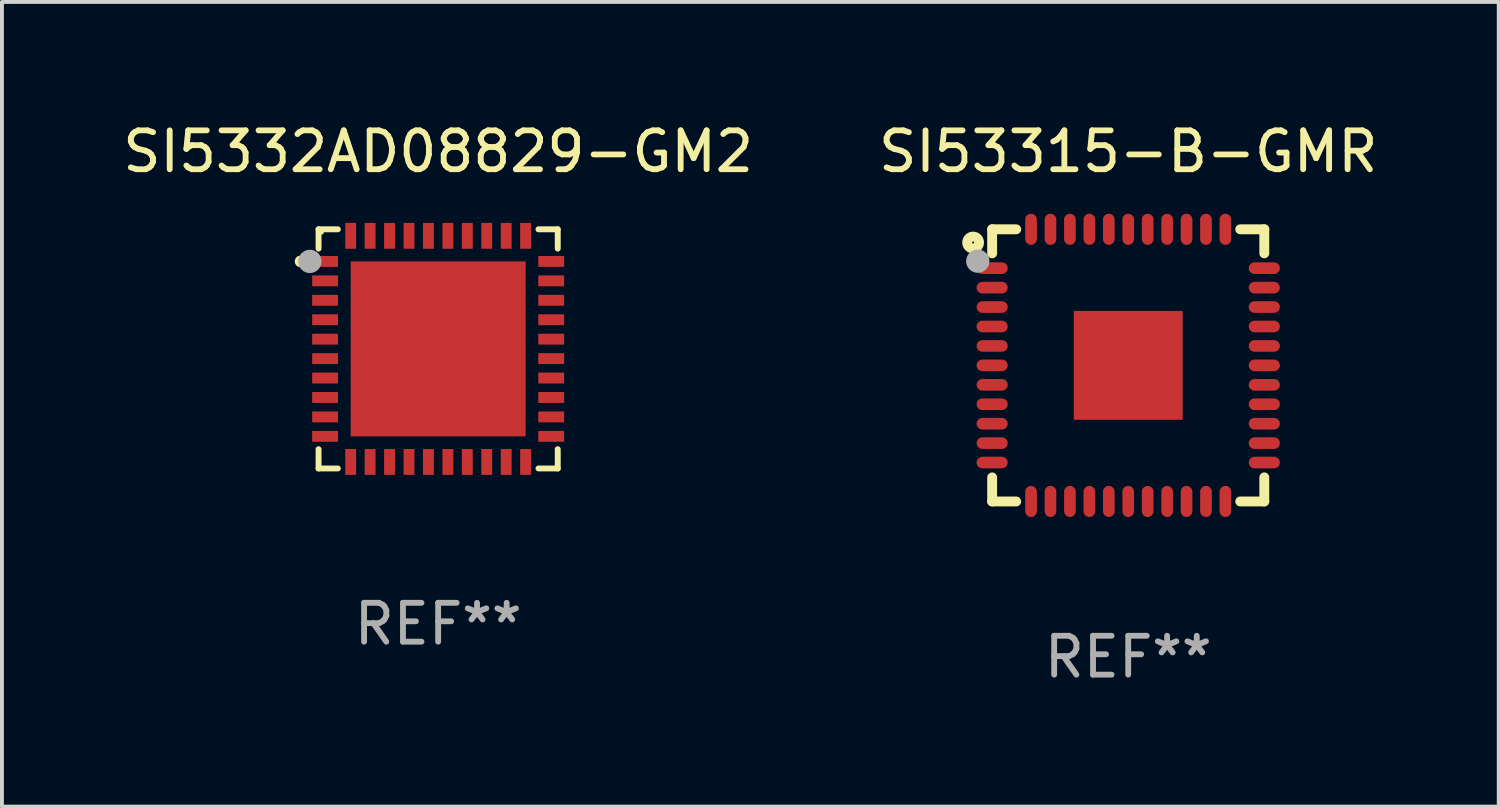
<source format=kicad_pcb>
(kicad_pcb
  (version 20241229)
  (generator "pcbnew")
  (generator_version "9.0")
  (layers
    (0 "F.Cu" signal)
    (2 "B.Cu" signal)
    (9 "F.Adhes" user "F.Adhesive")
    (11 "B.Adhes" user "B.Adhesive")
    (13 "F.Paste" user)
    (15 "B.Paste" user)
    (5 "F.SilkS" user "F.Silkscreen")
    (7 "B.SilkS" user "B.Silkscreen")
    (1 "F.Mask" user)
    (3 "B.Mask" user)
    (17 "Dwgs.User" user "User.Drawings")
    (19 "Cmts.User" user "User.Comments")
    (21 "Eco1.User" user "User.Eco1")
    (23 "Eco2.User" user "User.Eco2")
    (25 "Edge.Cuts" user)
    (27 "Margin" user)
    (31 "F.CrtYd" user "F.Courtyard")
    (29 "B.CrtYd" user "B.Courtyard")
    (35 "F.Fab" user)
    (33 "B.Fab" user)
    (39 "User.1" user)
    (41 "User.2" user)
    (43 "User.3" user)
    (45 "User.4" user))
  (footprint "SI5332AD08829-GM2"
    (layer "F.Cu")
    (at 8.22 5.924)
    (property "Reference" "SI5332AD08829-GM2" (at 0 -5.076 0) (layer "F.SilkS") (effects (font (size 1 1) (thickness 0.15))))
    (attr through_hole)
    (fp_line (start -3.076 -3.076) (end -3.076 -2.58) (stroke (width 0.152) (type solid)) (layer "F.SilkS"))
    (fp_line (start -3.076 3.076) (end -3.076 2.58) (stroke (width 0.152) (type solid)) (layer "F.SilkS"))
    (fp_line (start -2.58 -3.076) (end -3.076 -3.076) (stroke (width 0.152) (type solid)) (layer "F.SilkS"))
    (fp_line (start -2.58 3.076) (end -3.076 3.076) (stroke (width 0.152) (type solid)) (layer "F.SilkS"))
    (fp_line (start 2.58 -3.076) (end 3.076 -3.076) (stroke (width 0.152) (type solid)) (layer "F.SilkS"))
    (fp_line (start 2.58 3.076) (end 3.076 3.076) (stroke (width 0.152) (type solid)) (layer "F.SilkS"))
    (fp_line (start 3.076 -3.076) (end 3.076 -2.58) (stroke (width 0.152) (type solid)) (layer "F.SilkS"))
    (fp_line (start 3.076 3.076) (end 3.076 2.58) (stroke (width 0.152) (type solid)) (layer "F.SilkS"))
    (fp_circle (center -3.54 -2.25) (end -3.465 -2.25) (stroke (width 0.15) (type solid)) (fill no) (layer "F.SilkS"))
    (fp_circle (center -3 -3) (end -2.97 -3) (stroke (width 0.06) (type solid)) (fill no) (layer "F.SilkS"))
    (fp_circle (center -3.3 -2.25) (end -3.15 -2.25) (stroke (width 0.3) (type solid)) (fill no) (layer "F.Fab"))
    (fp_text user "REF**" (at 0 7.076 0) (layer "F.Fab") (effects (font (size 1 1) (thickness 0.15))))
    (pad "1" smd rect (at -2.908 -2.25) (size 0.665 0.28) (layers "F.Cu" "F.Mask" "F.Paste"))
    (pad "2" smd rect (at -2.908 -1.75) (size 0.665 0.28) (layers "F.Cu" "F.Mask" "F.Paste"))
    (pad "3" smd rect (at -2.908 -1.25) (size 0.665 0.28) (layers "F.Cu" "F.Mask" "F.Paste"))
    (pad "4" smd rect (at -2.908 -0.75) (size 0.665 0.28) (layers "F.Cu" "F.Mask" "F.Paste"))
    (pad "5" smd rect (at -2.908 -0.25) (size 0.665 0.28) (layers "F.Cu" "F.Mask" "F.Paste"))
    (pad "6" smd rect (at -2.908 0.25) (size 0.665 0.28) (layers "F.Cu" "F.Mask" "F.Paste"))
    (pad "7" smd rect (at -2.908 0.75) (size 0.665 0.28) (layers "F.Cu" "F.Mask" "F.Paste"))
    (pad "8" smd rect (at -2.908 1.25) (size 0.665 0.28) (layers "F.Cu" "F.Mask" "F.Paste"))
    (pad "9" smd rect (at -2.908 1.75) (size 0.665 0.28) (layers "F.Cu" "F.Mask" "F.Paste"))
    (pad "10" smd rect (at -2.908 2.25) (size 0.665 0.28) (layers "F.Cu" "F.Mask" "F.Paste"))
    (pad "11" smd rect (at -2.25 2.908) (size 0.28 0.665) (layers "F.Cu" "F.Mask" "F.Paste"))
    (pad "12" smd rect (at -1.75 2.908) (size 0.28 0.665) (layers "F.Cu" "F.Mask" "F.Paste"))
    (pad "13" smd rect (at -1.25 2.908) (size 0.28 0.665) (layers "F.Cu" "F.Mask" "F.Paste"))
    (pad "14" smd rect (at -0.75 2.908) (size 0.28 0.665) (layers "F.Cu" "F.Mask" "F.Paste"))
    (pad "15" smd rect (at -0.25 2.908) (size 0.28 0.665) (layers "F.Cu" "F.Mask" "F.Paste"))
    (pad "16" smd rect (at 0.25 2.908) (size 0.28 0.665) (layers "F.Cu" "F.Mask" "F.Paste"))
    (pad "17" smd rect (at 0.75 2.908) (size 0.28 0.665) (layers "F.Cu" "F.Mask" "F.Paste"))
    (pad "18" smd rect (at 1.25 2.908) (size 0.28 0.665) (layers "F.Cu" "F.Mask" "F.Paste"))
    (pad "19" smd rect (at 1.75 2.908) (size 0.28 0.665) (layers "F.Cu" "F.Mask" "F.Paste"))
    (pad "20" smd rect (at 2.25 2.908) (size 0.28 0.665) (layers "F.Cu" "F.Mask" "F.Paste"))
    (pad "21" smd rect (at 2.908 2.25) (size 0.665 0.28) (layers "F.Cu" "F.Mask" "F.Paste"))
    (pad "22" smd rect (at 2.908 1.75) (size 0.665 0.28) (layers "F.Cu" "F.Mask" "F.Paste"))
    (pad "23" smd rect (at 2.908 1.25) (size 0.665 0.28) (layers "F.Cu" "F.Mask" "F.Paste"))
    (pad "24" smd rect (at 2.908 0.75) (size 0.665 0.28) (layers "F.Cu" "F.Mask" "F.Paste"))
    (pad "25" smd rect (at 2.908 0.25) (size 0.665 0.28) (layers "F.Cu" "F.Mask" "F.Paste"))
    (pad "26" smd rect (at 2.908 -0.25) (size 0.665 0.28) (layers "F.Cu" "F.Mask" "F.Paste"))
    (pad "27" smd rect (at 2.908 -0.75) (size 0.665 0.28) (layers "F.Cu" "F.Mask" "F.Paste"))
    (pad "28" smd rect (at 2.908 -1.25) (size 0.665 0.28) (layers "F.Cu" "F.Mask" "F.Paste"))
    (pad "29" smd rect (at 2.908 -1.75) (size 0.665 0.28) (layers "F.Cu" "F.Mask" "F.Paste"))
    (pad "30" smd rect (at 2.908 -2.25) (size 0.665 0.28) (layers "F.Cu" "F.Mask" "F.Paste"))
    (pad "31" smd rect (at 2.25 -2.908) (size 0.28 0.665) (layers "F.Cu" "F.Mask" "F.Paste"))
    (pad "32" smd rect (at 1.75 -2.908) (size 0.28 0.665) (layers "F.Cu" "F.Mask" "F.Paste"))
    (pad "33" smd rect (at 1.25 -2.908) (size 0.28 0.665) (layers "F.Cu" "F.Mask" "F.Paste"))
    (pad "34" smd rect (at 0.75 -2.908) (size 0.28 0.665) (layers "F.Cu" "F.Mask" "F.Paste"))
    (pad "35" smd rect (at 0.25 -2.908) (size 0.28 0.665) (layers "F.Cu" "F.Mask" "F.Paste"))
    (pad "36" smd rect (at -0.25 -2.908) (size 0.28 0.665) (layers "F.Cu" "F.Mask" "F.Paste"))
    (pad "37" smd rect (at -0.75 -2.908) (size 0.28 0.665) (layers "F.Cu" "F.Mask" "F.Paste"))
    (pad "38" smd rect (at -1.25 -2.908) (size 0.28 0.665) (layers "F.Cu" "F.Mask" "F.Paste"))
    (pad "39" smd rect (at -1.75 -2.908) (size 0.28 0.665) (layers "F.Cu" "F.Mask" "F.Paste"))
    (pad "40" smd rect (at -2.25 -2.908) (size 0.28 0.665) (layers "F.Cu" "F.Mask" "F.Paste"))
    (pad "41" smd rect (at 0 0) (size 4.5 4.5) (layers "F.Cu" "F.Mask" "F.Paste")))
  (footprint "SI53315-B-GMR"
    (layer "F.Cu")
    (at 25.97 6.348)
    (property "Reference" "SI53315-B-GMR" (at 0 -5.5 0) (layer "F.SilkS") (effects (font (size 1 1) (thickness 0.15))))
    (attr through_hole)
    (fp_line (start -3.5 -3.5) (end -2.881 -3.5) (stroke (width 0.254) (type solid)) (layer "F.SilkS"))
    (fp_line (start -3.5 -2.881) (end -3.5 -3.5) (stroke (width 0.254) (type solid)) (layer "F.SilkS"))
    (fp_line (start -3.5 3.5) (end -3.5 2.881) (stroke (width 0.254) (type solid)) (layer "F.SilkS"))
    (fp_line (start -2.881 3.5) (end -3.5 3.5) (stroke (width 0.254) (type solid)) (layer "F.SilkS"))
    (fp_line (start 2.881 -3.5) (end 3.5 -3.5) (stroke (width 0.254) (type solid)) (layer "F.SilkS"))
    (fp_line (start 3.5 -3.5) (end 3.5 -2.881) (stroke (width 0.254) (type solid)) (layer "F.SilkS"))
    (fp_line (start 3.5 2.881) (end 3.5 3.5) (stroke (width 0.254) (type solid)) (layer "F.SilkS"))
    (fp_line (start 3.5 3.5) (end 2.881 3.5) (stroke (width 0.254) (type solid)) (layer "F.SilkS"))
    (fp_circle (center -3.99 -3.16) (end -3.837 -3.16) (stroke (width 0.254) (type solid)) (fill no) (layer "F.SilkS"))
    (fp_circle (center -3.5 -3.5) (end -3.47 -3.5) (stroke (width 0.06) (type solid)) (fill no) (layer "F.SilkS"))
    (fp_circle (center -3.87 -2.68) (end -3.72 -2.68) (stroke (width 0.3) (type solid)) (fill no) (layer "F.Fab"))
    (fp_text user "REF**" (at 0 7.5 0) (layer "F.Fab") (effects (font (size 1 1) (thickness 0.15))))
    (pad "1" smd oval (at -3.5 -2.5) (size 0.8 0.3) (layers "F.Cu" "F.Mask" "F.Paste"))
    (pad "2" smd oval (at -3.5 -2) (size 0.8 0.3) (layers "F.Cu" "F.Mask" "F.Paste"))
    (pad "3" smd oval (at -3.5 -1.5) (size 0.8 0.3) (layers "F.Cu" "F.Mask" "F.Paste"))
    (pad "4" smd oval (at -3.5 -1) (size 0.8 0.3) (layers "F.Cu" "F.Mask" "F.Paste"))
    (pad "5" smd oval (at -3.5 -0.5) (size 0.8 0.3) (layers "F.Cu" "F.Mask" "F.Paste"))
    (pad "6" smd oval (at -3.5 -0.00014) (size 0.8 0.3) (layers "F.Cu" "F.Mask" "F.Paste"))
    (pad "7" smd oval (at -3.5 0.5) (size 0.8 0.3) (layers "F.Cu" "F.Mask" "F.Paste"))
    (pad "8" smd oval (at -3.5 1) (size 0.8 0.3) (layers "F.Cu" "F.Mask" "F.Paste"))
    (pad "9" smd oval (at -3.5 1.5) (size 0.8 0.3) (layers "F.Cu" "F.Mask" "F.Paste"))
    (pad "10" smd oval (at -3.5 2) (size 0.8 0.3) (layers "F.Cu" "F.Mask" "F.Paste"))
    (pad "11" smd oval (at -3.5 2.5) (size 0.8 0.3) (layers "F.Cu" "F.Mask" "F.Paste"))
    (pad "12" smd oval (at -2.5 3.5) (size 0.3 0.8) (layers "F.Cu" "F.Mask" "F.Paste"))
    (pad "13" smd oval (at -2 3.5) (size 0.3 0.8) (layers "F.Cu" "F.Mask" "F.Paste"))
    (pad "14" smd oval (at -1.5 3.5) (size 0.3 0.8) (layers "F.Cu" "F.Mask" "F.Paste"))
    (pad "15" smd oval (at -1 3.5) (size 0.3 0.8) (layers "F.Cu" "F.Mask" "F.Paste"))
    (pad "16" smd oval (at -0.5 3.5) (size 0.3 0.8) (layers "F.Cu" "F.Mask" "F.Paste"))
    (pad "17" smd oval (at -0.000127 3.5) (size 0.3 0.8) (layers "F.Cu" "F.Mask" "F.Paste"))
    (pad "18" smd oval (at 0.5 3.5) (size 0.3 0.8) (layers "F.Cu" "F.Mask" "F.Paste"))
    (pad "19" smd oval (at 1 3.5) (size 0.3 0.8) (layers "F.Cu" "F.Mask" "F.Paste"))
    (pad "20" smd oval (at 1.5 3.5) (size 0.3 0.8) (layers "F.Cu" "F.Mask" "F.Paste"))
    (pad "21" smd oval (at 2 3.5) (size 0.3 0.8) (layers "F.Cu" "F.Mask" "F.Paste"))
    (pad "22" smd oval (at 2.5 3.5) (size 0.3 0.8) (layers "F.Cu" "F.Mask" "F.Paste"))
    (pad "23" smd oval (at 3.5 2.5) (size 0.8 0.3) (layers "F.Cu" "F.Mask" "F.Paste"))
    (pad "24" smd oval (at 3.5 2) (size 0.8 0.3) (layers "F.Cu" "F.Mask" "F.Paste"))
    (pad "25" smd oval (at 3.5 1.5) (size 0.8 0.3) (layers "F.Cu" "F.Mask" "F.Paste"))
    (pad "26" smd oval (at 3.5 1) (size 0.8 0.3) (layers "F.Cu" "F.Mask" "F.Paste"))
    (pad "27" smd oval (at 3.5 0.5) (size 0.8 0.3) (layers "F.Cu" "F.Mask" "F.Paste"))
    (pad "28" smd oval (at 3.5 -0.00014) (size 0.8 0.3) (layers "F.Cu" "F.Mask" "F.Paste"))
    (pad "29" smd oval (at 3.5 -0.5) (size 0.8 0.3) (layers "F.Cu" "F.Mask" "F.Paste"))
    (pad "30" smd oval (at 3.5 -1) (size 0.8 0.3) (layers "F.Cu" "F.Mask" "F.Paste"))
    (pad "31" smd oval (at 3.5 -1.5) (size 0.8 0.3) (layers "F.Cu" "F.Mask" "F.Paste"))
    (pad "32" smd oval (at 3.5 -2) (size 0.8 0.3) (layers "F.Cu" "F.Mask" "F.Paste"))
    (pad "33" smd oval (at 3.5 -2.5) (size 0.8 0.3) (layers "F.Cu" "F.Mask" "F.Paste"))
    (pad "34" smd oval (at 2.5 -3.5) (size 0.3 0.8) (layers "F.Cu" "F.Mask" "F.Paste"))
    (pad "35" smd oval (at 2 -3.5) (size 0.3 0.8) (layers "F.Cu" "F.Mask" "F.Paste"))
    (pad "36" smd oval (at 1.5 -3.5) (size 0.3 0.8) (layers "F.Cu" "F.Mask" "F.Paste"))
    (pad "37" smd oval (at 1 -3.5) (size 0.3 0.8) (layers "F.Cu" "F.Mask" "F.Paste"))
    (pad "38" smd oval (at 0.5 -3.5) (size 0.3 0.8) (layers "F.Cu" "F.Mask" "F.Paste"))
    (pad "39" smd oval (at -0.000127 -3.5) (size 0.3 0.8) (layers "F.Cu" "F.Mask" "F.Paste"))
    (pad "40" smd oval (at -0.5 -3.5) (size 0.3 0.8) (layers "F.Cu" "F.Mask" "F.Paste"))
    (pad "41" smd oval (at -1 -3.5) (size 0.3 0.8) (layers "F.Cu" "F.Mask" "F.Paste"))
    (pad "42" smd oval (at -1.5 -3.5) (size 0.3 0.8) (layers "F.Cu" "F.Mask" "F.Paste"))
    (pad "43" smd oval (at -2 -3.5) (size 0.3 0.8) (layers "F.Cu" "F.Mask" "F.Paste"))
    (pad "44" smd oval (at -2.5 -3.5) (size 0.3 0.8) (layers "F.Cu" "F.Mask" "F.Paste"))
    (pad "45" smd rect (at -0.000127 -0.00014) (size 2.8 2.8) (layers "F.Cu" "F.Mask" "F.Paste")))
  (gr_rect
    (start -3 -3)
    (end 35.5 17.697)
    (stroke (width 0.1) (type default))
    (fill no)
    (layer "Edge.Cuts")))
</source>
